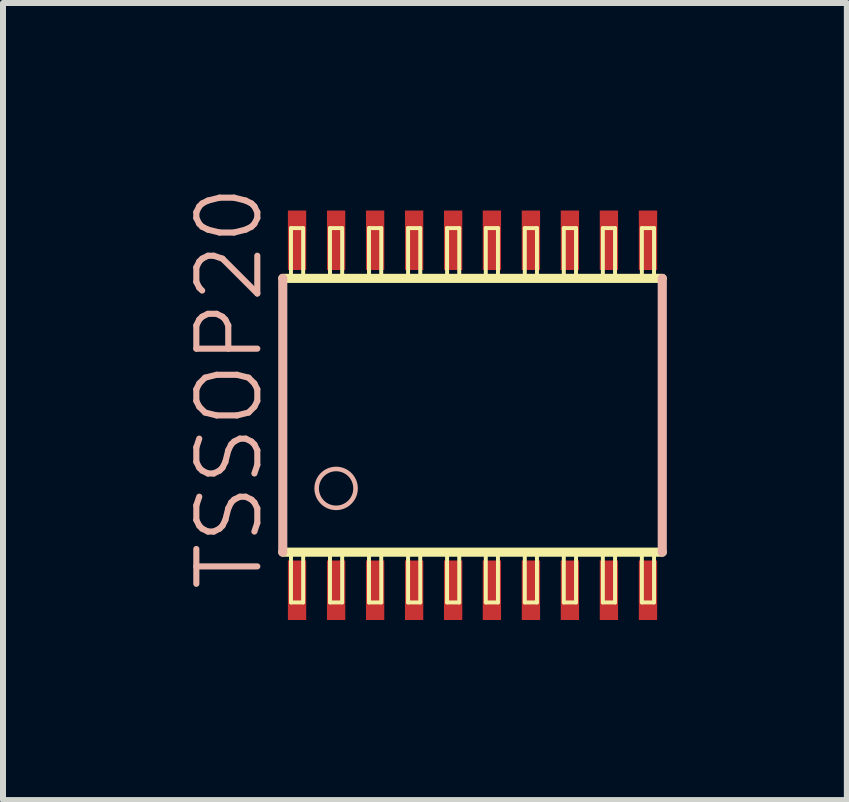
<source format=kicad_pcb>
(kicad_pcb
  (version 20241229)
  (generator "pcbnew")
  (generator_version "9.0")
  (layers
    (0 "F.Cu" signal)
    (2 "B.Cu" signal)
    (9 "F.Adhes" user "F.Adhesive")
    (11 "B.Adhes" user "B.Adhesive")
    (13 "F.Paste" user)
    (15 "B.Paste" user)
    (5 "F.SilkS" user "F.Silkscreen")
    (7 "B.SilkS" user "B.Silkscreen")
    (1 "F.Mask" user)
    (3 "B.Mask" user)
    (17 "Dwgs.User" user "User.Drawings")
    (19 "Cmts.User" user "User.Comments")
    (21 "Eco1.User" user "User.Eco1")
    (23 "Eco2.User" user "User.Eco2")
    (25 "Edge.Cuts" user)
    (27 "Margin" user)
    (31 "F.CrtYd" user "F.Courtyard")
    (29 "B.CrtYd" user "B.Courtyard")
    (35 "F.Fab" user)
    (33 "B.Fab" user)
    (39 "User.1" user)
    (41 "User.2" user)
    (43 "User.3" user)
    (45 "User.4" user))
  (footprint "TSSOP20"
    (layer "F.Cu")
    (at 4.824 3.87)
    (property "Reference" "TSSOP20" (at -4.051 -0.457 90) (layer "B.SilkS") (effects (font (size 1.016 1.016) (thickness 0.102))))
    (attr smd)
    (fp_line (start -3.162 2.281) (end 3.162 2.281) (stroke (width 0.152) (type solid)) (layer "F.SilkS"))
    (fp_line (start -3.025 -3.119) (end -2.822 -3.119) (stroke (width 0.066) (type solid)) (layer "F.SilkS"))
    (fp_line (start -3.025 -2.281) (end -3.025 -3.119) (stroke (width 0.066) (type solid)) (layer "F.SilkS"))
    (fp_line (start -3.025 -2.281) (end -2.822 -2.281) (stroke (width 0.066) (type solid)) (layer "F.SilkS"))
    (fp_line (start -3.025 2.281) (end -2.822 2.281) (stroke (width 0.066) (type solid)) (layer "F.SilkS"))
    (fp_line (start -3.025 3.119) (end -3.025 2.281) (stroke (width 0.066) (type solid)) (layer "F.SilkS"))
    (fp_line (start -3.025 3.119) (end -2.822 3.119) (stroke (width 0.066) (type solid)) (layer "F.SilkS"))
    (fp_line (start -2.822 -2.281) (end -2.822 -3.119) (stroke (width 0.066) (type solid)) (layer "F.SilkS"))
    (fp_line (start -2.822 3.119) (end -2.822 2.281) (stroke (width 0.066) (type solid)) (layer "F.SilkS"))
    (fp_line (start -2.375 -3.119) (end -2.172 -3.119) (stroke (width 0.066) (type solid)) (layer "F.SilkS"))
    (fp_line (start -2.375 -2.281) (end -2.375 -3.119) (stroke (width 0.066) (type solid)) (layer "F.SilkS"))
    (fp_line (start -2.375 -2.281) (end -2.172 -2.281) (stroke (width 0.066) (type solid)) (layer "F.SilkS"))
    (fp_line (start -2.375 2.281) (end -2.172 2.281) (stroke (width 0.066) (type solid)) (layer "F.SilkS"))
    (fp_line (start -2.375 3.119) (end -2.375 2.281) (stroke (width 0.066) (type solid)) (layer "F.SilkS"))
    (fp_line (start -2.375 3.119) (end -2.172 3.119) (stroke (width 0.066) (type solid)) (layer "F.SilkS"))
    (fp_line (start -2.172 -2.281) (end -2.172 -3.119) (stroke (width 0.066) (type solid)) (layer "F.SilkS"))
    (fp_line (start -2.172 3.119) (end -2.172 2.281) (stroke (width 0.066) (type solid)) (layer "F.SilkS"))
    (fp_line (start -1.725 -3.119) (end -1.521 -3.119) (stroke (width 0.066) (type solid)) (layer "F.SilkS"))
    (fp_line (start -1.725 -2.281) (end -1.725 -3.119) (stroke (width 0.066) (type solid)) (layer "F.SilkS"))
    (fp_line (start -1.725 -2.281) (end -1.521 -2.281) (stroke (width 0.066) (type solid)) (layer "F.SilkS"))
    (fp_line (start -1.725 2.281) (end -1.521 2.281) (stroke (width 0.066) (type solid)) (layer "F.SilkS"))
    (fp_line (start -1.725 3.119) (end -1.725 2.281) (stroke (width 0.066) (type solid)) (layer "F.SilkS"))
    (fp_line (start -1.725 3.119) (end -1.521 3.119) (stroke (width 0.066) (type solid)) (layer "F.SilkS"))
    (fp_line (start -1.521 -2.281) (end -1.521 -3.119) (stroke (width 0.066) (type solid)) (layer "F.SilkS"))
    (fp_line (start -1.521 3.119) (end -1.521 2.281) (stroke (width 0.066) (type solid)) (layer "F.SilkS"))
    (fp_line (start -1.074 -3.119) (end -0.871 -3.119) (stroke (width 0.066) (type solid)) (layer "F.SilkS"))
    (fp_line (start -1.074 -2.281) (end -1.074 -3.119) (stroke (width 0.066) (type solid)) (layer "F.SilkS"))
    (fp_line (start -1.074 -2.281) (end -0.871 -2.281) (stroke (width 0.066) (type solid)) (layer "F.SilkS"))
    (fp_line (start -1.074 2.281) (end -0.871 2.281) (stroke (width 0.066) (type solid)) (layer "F.SilkS"))
    (fp_line (start -1.074 3.119) (end -1.074 2.281) (stroke (width 0.066) (type solid)) (layer "F.SilkS"))
    (fp_line (start -1.074 3.119) (end -0.871 3.119) (stroke (width 0.066) (type solid)) (layer "F.SilkS"))
    (fp_line (start -0.871 -2.281) (end -0.871 -3.119) (stroke (width 0.066) (type solid)) (layer "F.SilkS"))
    (fp_line (start -0.871 3.119) (end -0.871 2.281) (stroke (width 0.066) (type solid)) (layer "F.SilkS"))
    (fp_line (start -0.424 -3.119) (end -0.221 -3.119) (stroke (width 0.066) (type solid)) (layer "F.SilkS"))
    (fp_line (start -0.424 -2.281) (end -0.424 -3.119) (stroke (width 0.066) (type solid)) (layer "F.SilkS"))
    (fp_line (start -0.424 -2.281) (end -0.221 -2.281) (stroke (width 0.066) (type solid)) (layer "F.SilkS"))
    (fp_line (start -0.424 2.281) (end -0.221 2.281) (stroke (width 0.066) (type solid)) (layer "F.SilkS"))
    (fp_line (start -0.424 3.119) (end -0.424 2.281) (stroke (width 0.066) (type solid)) (layer "F.SilkS"))
    (fp_line (start -0.424 3.119) (end -0.221 3.119) (stroke (width 0.066) (type solid)) (layer "F.SilkS"))
    (fp_line (start -0.221 -2.281) (end -0.221 -3.119) (stroke (width 0.066) (type solid)) (layer "F.SilkS"))
    (fp_line (start -0.221 3.119) (end -0.221 2.281) (stroke (width 0.066) (type solid)) (layer "F.SilkS"))
    (fp_line (start 0.221 -3.119) (end 0.424 -3.119) (stroke (width 0.066) (type solid)) (layer "F.SilkS"))
    (fp_line (start 0.221 -2.281) (end 0.221 -3.119) (stroke (width 0.066) (type solid)) (layer "F.SilkS"))
    (fp_line (start 0.221 -2.281) (end 0.424 -2.281) (stroke (width 0.066) (type solid)) (layer "F.SilkS"))
    (fp_line (start 0.221 2.281) (end 0.424 2.281) (stroke (width 0.066) (type solid)) (layer "F.SilkS"))
    (fp_line (start 0.221 3.119) (end 0.221 2.281) (stroke (width 0.066) (type solid)) (layer "F.SilkS"))
    (fp_line (start 0.221 3.119) (end 0.424 3.119) (stroke (width 0.066) (type solid)) (layer "F.SilkS"))
    (fp_line (start 0.424 -2.281) (end 0.424 -3.119) (stroke (width 0.066) (type solid)) (layer "F.SilkS"))
    (fp_line (start 0.424 3.119) (end 0.424 2.281) (stroke (width 0.066) (type solid)) (layer "F.SilkS"))
    (fp_line (start 0.871 -3.119) (end 1.074 -3.119) (stroke (width 0.066) (type solid)) (layer "F.SilkS"))
    (fp_line (start 0.871 -2.281) (end 0.871 -3.119) (stroke (width 0.066) (type solid)) (layer "F.SilkS"))
    (fp_line (start 0.871 -2.281) (end 1.074 -2.281) (stroke (width 0.066) (type solid)) (layer "F.SilkS"))
    (fp_line (start 0.871 2.281) (end 1.074 2.281) (stroke (width 0.066) (type solid)) (layer "F.SilkS"))
    (fp_line (start 0.871 3.119) (end 0.871 2.281) (stroke (width 0.066) (type solid)) (layer "F.SilkS"))
    (fp_line (start 0.871 3.119) (end 1.074 3.119) (stroke (width 0.066) (type solid)) (layer "F.SilkS"))
    (fp_line (start 1.074 -2.281) (end 1.074 -3.119) (stroke (width 0.066) (type solid)) (layer "F.SilkS"))
    (fp_line (start 1.074 3.119) (end 1.074 2.281) (stroke (width 0.066) (type solid)) (layer "F.SilkS"))
    (fp_line (start 1.521 -3.119) (end 1.725 -3.119) (stroke (width 0.066) (type solid)) (layer "F.SilkS"))
    (fp_line (start 1.521 -2.281) (end 1.521 -3.119) (stroke (width 0.066) (type solid)) (layer "F.SilkS"))
    (fp_line (start 1.521 -2.281) (end 1.725 -2.281) (stroke (width 0.066) (type solid)) (layer "F.SilkS"))
    (fp_line (start 1.521 2.281) (end 1.725 2.281) (stroke (width 0.066) (type solid)) (layer "F.SilkS"))
    (fp_line (start 1.521 3.119) (end 1.521 2.281) (stroke (width 0.066) (type solid)) (layer "F.SilkS"))
    (fp_line (start 1.521 3.119) (end 1.725 3.119) (stroke (width 0.066) (type solid)) (layer "F.SilkS"))
    (fp_line (start 1.725 -2.281) (end 1.725 -3.119) (stroke (width 0.066) (type solid)) (layer "F.SilkS"))
    (fp_line (start 1.725 3.119) (end 1.725 2.281) (stroke (width 0.066) (type solid)) (layer "F.SilkS"))
    (fp_line (start 2.172 -3.119) (end 2.375 -3.119) (stroke (width 0.066) (type solid)) (layer "F.SilkS"))
    (fp_line (start 2.172 -2.281) (end 2.172 -3.119) (stroke (width 0.066) (type solid)) (layer "F.SilkS"))
    (fp_line (start 2.172 -2.281) (end 2.375 -2.281) (stroke (width 0.066) (type solid)) (layer "F.SilkS"))
    (fp_line (start 2.172 2.281) (end 2.375 2.281) (stroke (width 0.066) (type solid)) (layer "F.SilkS"))
    (fp_line (start 2.172 3.119) (end 2.172 2.281) (stroke (width 0.066) (type solid)) (layer "F.SilkS"))
    (fp_line (start 2.172 3.119) (end 2.375 3.119) (stroke (width 0.066) (type solid)) (layer "F.SilkS"))
    (fp_line (start 2.375 -2.281) (end 2.375 -3.119) (stroke (width 0.066) (type solid)) (layer "F.SilkS"))
    (fp_line (start 2.375 3.119) (end 2.375 2.281) (stroke (width 0.066) (type solid)) (layer "F.SilkS"))
    (fp_line (start 2.822 -3.119) (end 3.025 -3.119) (stroke (width 0.066) (type solid)) (layer "F.SilkS"))
    (fp_line (start 2.822 -2.281) (end 2.822 -3.119) (stroke (width 0.066) (type solid)) (layer "F.SilkS"))
    (fp_line (start 2.822 -2.281) (end 3.025 -2.281) (stroke (width 0.066) (type solid)) (layer "F.SilkS"))
    (fp_line (start 2.822 2.281) (end 3.025 2.281) (stroke (width 0.066) (type solid)) (layer "F.SilkS"))
    (fp_line (start 2.822 3.119) (end 2.822 2.281) (stroke (width 0.066) (type solid)) (layer "F.SilkS"))
    (fp_line (start 2.822 3.119) (end 3.025 3.119) (stroke (width 0.066) (type solid)) (layer "F.SilkS"))
    (fp_line (start 3.025 -2.281) (end 3.025 -3.119) (stroke (width 0.066) (type solid)) (layer "F.SilkS"))
    (fp_line (start 3.025 3.119) (end 3.025 2.281) (stroke (width 0.066) (type solid)) (layer "F.SilkS"))
    (fp_line (start 3.162 -2.281) (end -3.162 -2.281) (stroke (width 0.152) (type solid)) (layer "F.SilkS"))
    (fp_line (start -3.162 2.281) (end -3.162 -2.281) (stroke (width 0.152) (type solid)) (layer "B.SilkS"))
    (fp_line (start 3.162 -2.281) (end 3.162 2.281) (stroke (width 0.152) (type solid)) (layer "B.SilkS"))
    (fp_circle (center -2.273 1.219) (end -2.502 1.448) (stroke (width 0.076) (type solid)) (fill no) (layer "B.SilkS"))
    (pad "1" smd rect (at -2.924 2.916) (size 0.305 0.991) (layers "F.Cu" "F.Mask" "F.Paste"))
    (pad "2" smd rect (at -2.273 2.916) (size 0.305 0.991) (layers "F.Cu" "F.Mask" "F.Paste"))
    (pad "3" smd rect (at -1.623 2.916) (size 0.305 0.991) (layers "F.Cu" "F.Mask" "F.Paste"))
    (pad "4" smd rect (at -0.973 2.916) (size 0.305 0.991) (layers "F.Cu" "F.Mask" "F.Paste"))
    (pad "5" smd rect (at -0.323 2.916) (size 0.305 0.991) (layers "F.Cu" "F.Mask" "F.Paste"))
    (pad "6" smd rect (at 0.323 2.916) (size 0.305 0.991) (layers "F.Cu" "F.Mask" "F.Paste"))
    (pad "7" smd rect (at 0.973 2.916) (size 0.305 0.991) (layers "F.Cu" "F.Mask" "F.Paste"))
    (pad "8" smd rect (at 1.623 2.916) (size 0.305 0.991) (layers "F.Cu" "F.Mask" "F.Paste"))
    (pad "9" smd rect (at 2.273 2.916) (size 0.305 0.991) (layers "F.Cu" "F.Mask" "F.Paste"))
    (pad "10" smd rect (at 2.924 2.916) (size 0.305 0.991) (layers "F.Cu" "F.Mask" "F.Paste"))
    (pad "11" smd rect (at 2.924 -2.916) (size 0.305 0.991) (layers "F.Cu" "F.Mask" "F.Paste"))
    (pad "12" smd rect (at 2.273 -2.916) (size 0.305 0.991) (layers "F.Cu" "F.Mask" "F.Paste"))
    (pad "13" smd rect (at 1.623 -2.916) (size 0.305 0.991) (layers "F.Cu" "F.Mask" "F.Paste"))
    (pad "14" smd rect (at 0.973 -2.916) (size 0.305 0.991) (layers "F.Cu" "F.Mask" "F.Paste"))
    (pad "15" smd rect (at 0.323 -2.916) (size 0.305 0.991) (layers "F.Cu" "F.Mask" "F.Paste"))
    (pad "16" smd rect (at -0.323 -2.916) (size 0.305 0.991) (layers "F.Cu" "F.Mask" "F.Paste"))
    (pad "17" smd rect (at -0.973 -2.916) (size 0.305 0.991) (layers "F.Cu" "F.Mask" "F.Paste"))
    (pad "18" smd rect (at -1.623 -2.916) (size 0.305 0.991) (layers "F.Cu" "F.Mask" "F.Paste"))
    (pad "19" smd rect (at -2.273 -2.916) (size 0.305 0.991) (layers "F.Cu" "F.Mask" "F.Paste"))
    (pad "20" smd rect (at -2.924 -2.916) (size 0.305 0.991) (layers "F.Cu" "F.Mask" "F.Paste")))
  (gr_rect
    (start -3 -3)
    (end 11.062 10.282)
    (stroke (width 0.1) (type default))
    (fill no)
    (layer "Edge.Cuts")))
</source>
